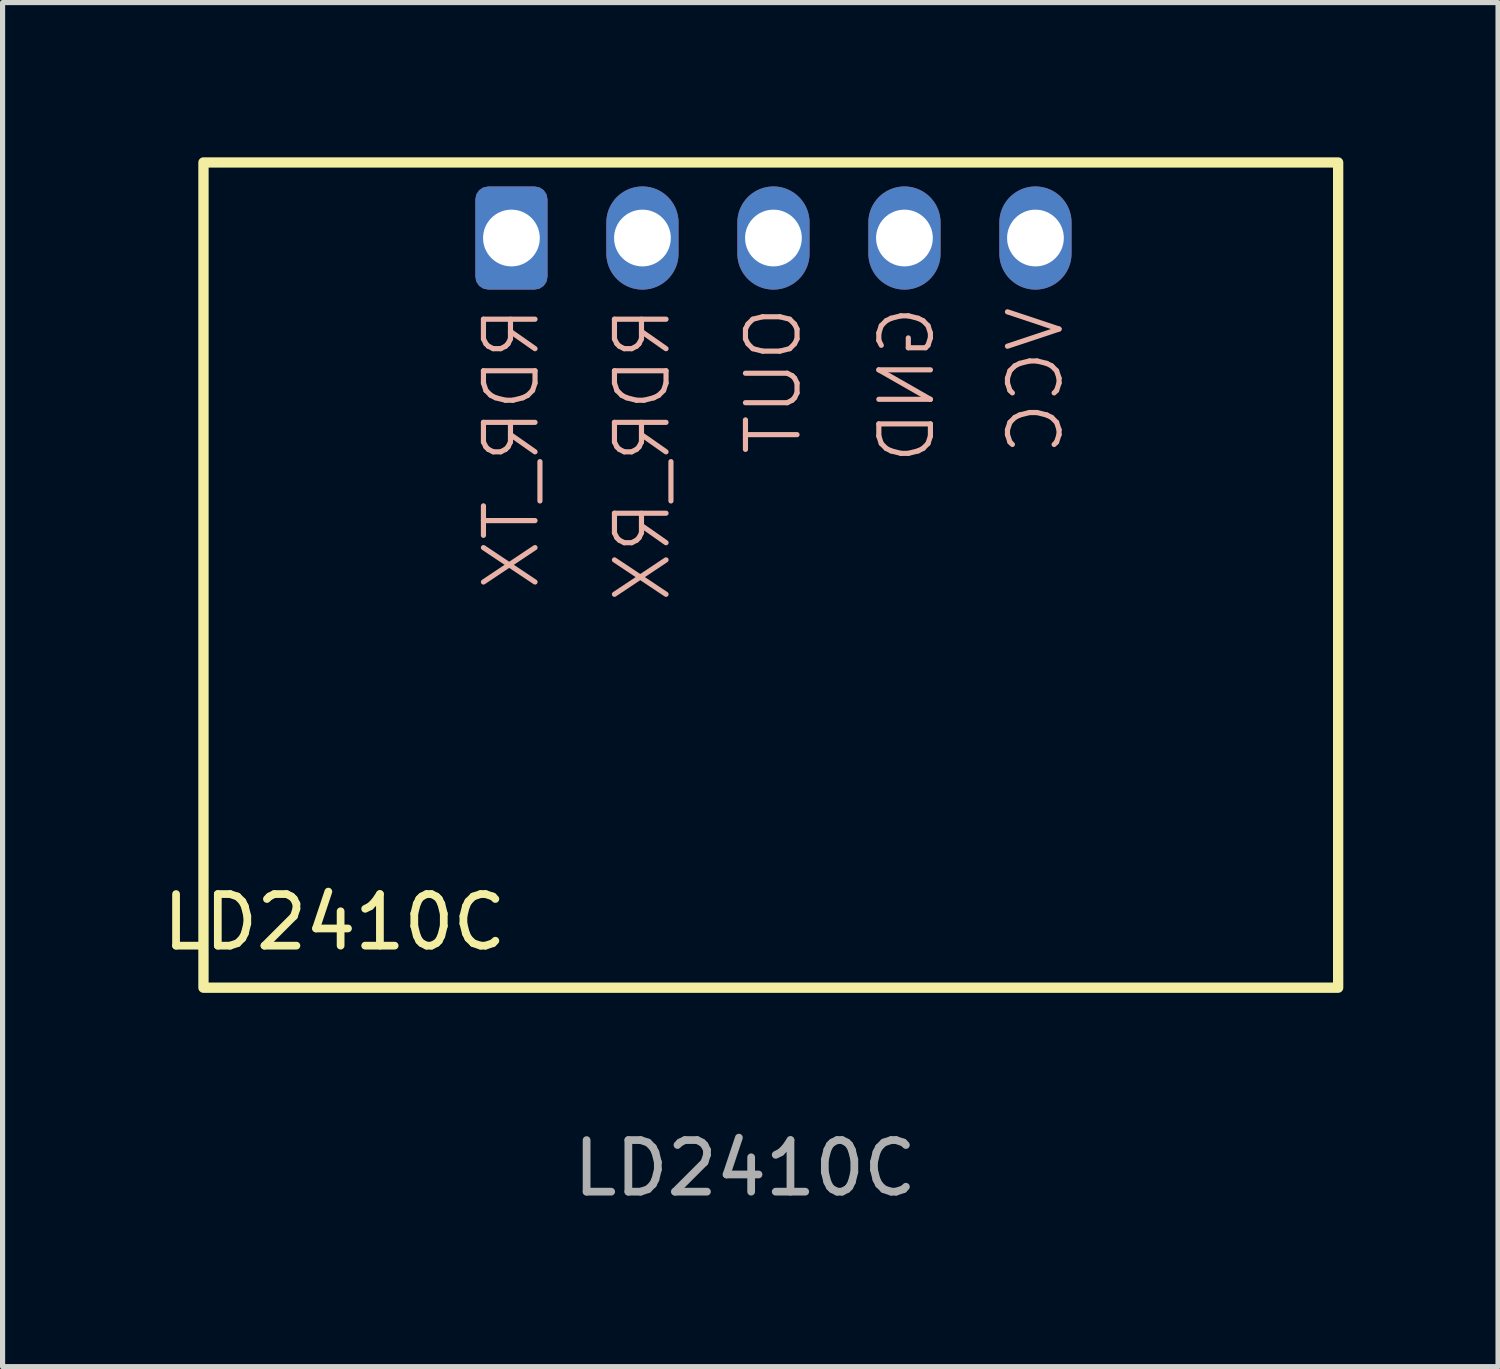
<source format=kicad_pcb>
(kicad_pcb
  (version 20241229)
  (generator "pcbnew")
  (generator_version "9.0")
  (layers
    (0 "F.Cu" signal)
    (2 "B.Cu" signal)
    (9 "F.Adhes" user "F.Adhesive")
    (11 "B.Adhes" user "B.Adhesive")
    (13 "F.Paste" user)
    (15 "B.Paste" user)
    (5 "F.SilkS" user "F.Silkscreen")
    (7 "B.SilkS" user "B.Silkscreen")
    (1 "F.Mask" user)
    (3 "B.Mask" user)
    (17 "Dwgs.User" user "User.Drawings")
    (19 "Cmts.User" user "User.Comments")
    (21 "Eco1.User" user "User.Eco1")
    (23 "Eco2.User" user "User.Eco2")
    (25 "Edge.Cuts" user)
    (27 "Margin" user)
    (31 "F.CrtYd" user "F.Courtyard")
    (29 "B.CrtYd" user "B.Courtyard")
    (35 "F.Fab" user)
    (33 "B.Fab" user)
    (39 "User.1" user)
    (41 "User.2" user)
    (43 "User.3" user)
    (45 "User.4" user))
  (footprint "LD2410C"
    (layer "F.Cu")
    (at 6.866 1.565)
    (property "Reference" "LD2410C" (at -3.431 13.265 0) (unlocked yes) (layer "F.SilkS") (effects (font (size 1 1) (thickness 0.15))))
    (attr through_hole)
    (fp_rect (start -5.971 -1.465) (end 16.029 14.535) (stroke (width 0.2) (type solid)) (fill no) (layer "F.SilkS"))
    (fp_text user "RDR_RX" (at 2.54 1.27 90) (unlocked yes) (layer "B.SilkS") (effects (font (size 1 1) (thickness 0.1)) (justify left mirror)))
    (fp_text user "GND" (at 7.666 1.252 90) (unlocked yes) (layer "B.SilkS") (effects (font (size 1 1) (thickness 0.1)) (justify left mirror)))
    (fp_text user "RDR_TX" (at 0 1.27 90) (unlocked yes) (layer "B.SilkS") (effects (font (size 1 1) (thickness 0.1)) (justify left mirror)))
    (fp_text user "VCC" (at 10.16 1.27 90) (unlocked yes) (layer "B.SilkS") (effects (font (size 1 1) (thickness 0.1)) (justify left mirror)))
    (fp_text user "OUT" (at 5.08 1.27 90) (unlocked yes) (layer "B.SilkS") (effects (font (size 1 1) (thickness 0.1)) (justify left mirror)))
    (fp_text user "${REFERENCE}" (at 4.529 18.035 0) (unlocked yes) (layer "F.Fab") (effects (font (size 1 1) (thickness 0.15))))
    (pad "1" thru_hole roundrect (at 0 0) (size 1.4 2) (drill 1.1) (layers "*.Cu" "*.Mask") (roundrect_rratio 0.179))
    (pad "2" thru_hole oval (at 2.54 0) (size 1.4 2) (drill 1.1) (layers "*.Cu" "*.Mask"))
    (pad "3" thru_hole oval (at 5.08 0) (size 1.4 2) (drill 1.1) (layers "*.Cu" "*.Mask"))
    (pad "4" thru_hole oval (at 7.62 0) (size 1.4 2) (drill 1.1) (layers "*.Cu" "*.Mask"))
    (pad "5" thru_hole oval (at 10.16 0) (size 1.4 2) (drill 1.1) (layers "*.Cu" "*.Mask")))
  (gr_rect
    (start -3 -3)
    (end 25.995 23.448)
    (stroke (width 0.1) (type default))
    (fill no)
    (layer "Edge.Cuts")))
</source>
